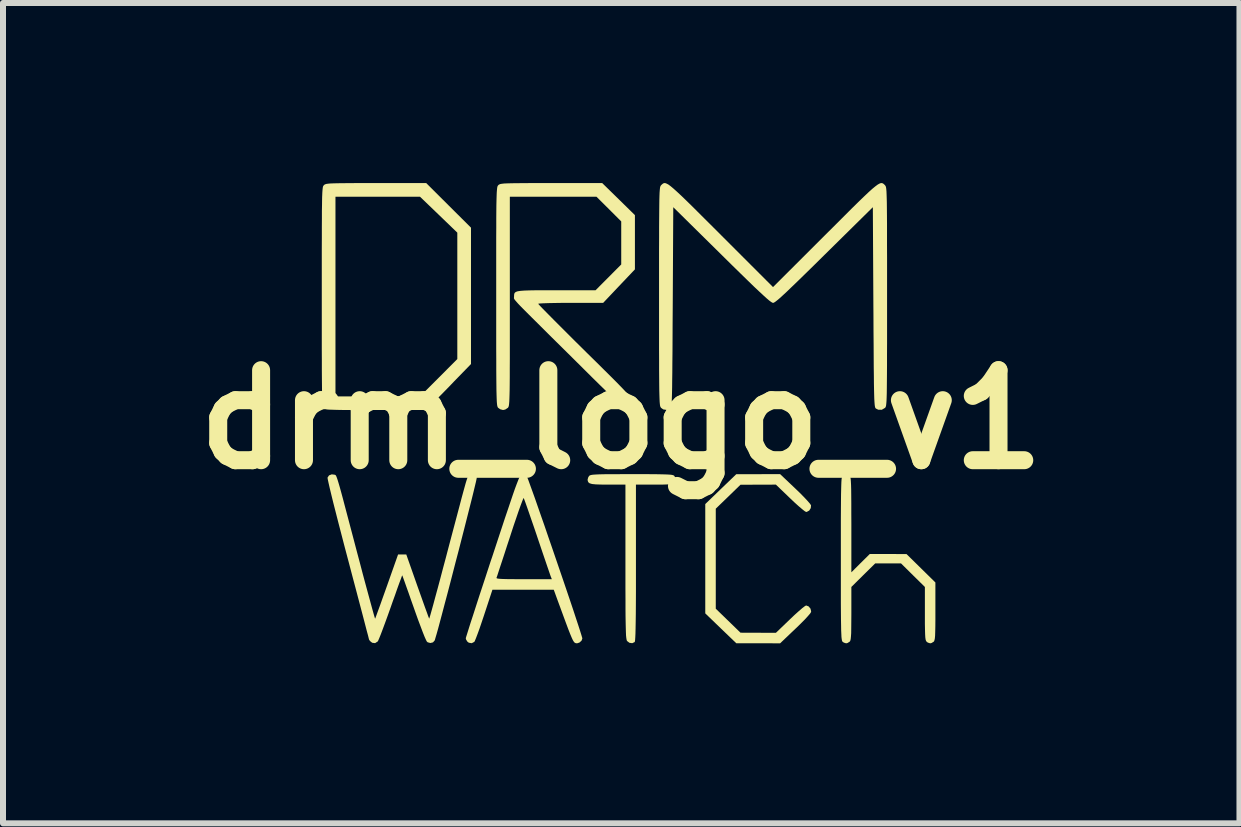
<source format=kicad_pcb>
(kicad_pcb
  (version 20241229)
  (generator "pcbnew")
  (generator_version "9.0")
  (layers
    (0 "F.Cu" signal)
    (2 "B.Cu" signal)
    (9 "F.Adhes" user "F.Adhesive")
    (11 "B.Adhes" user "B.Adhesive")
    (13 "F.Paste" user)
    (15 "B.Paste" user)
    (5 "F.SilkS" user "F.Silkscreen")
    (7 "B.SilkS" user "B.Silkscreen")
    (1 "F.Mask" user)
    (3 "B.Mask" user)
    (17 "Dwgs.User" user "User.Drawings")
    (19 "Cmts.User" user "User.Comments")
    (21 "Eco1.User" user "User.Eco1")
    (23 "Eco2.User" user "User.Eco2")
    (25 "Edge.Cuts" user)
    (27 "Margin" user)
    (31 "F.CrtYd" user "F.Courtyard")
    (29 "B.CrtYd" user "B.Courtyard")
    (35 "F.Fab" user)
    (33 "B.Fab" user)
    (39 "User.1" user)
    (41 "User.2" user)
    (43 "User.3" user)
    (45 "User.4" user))
  (footprint "drm_logo_v1"
    (layer "F.Cu")
    (at 7.3 3.939)
    (property "Reference" "drm_logo_v1" (at 0 0 0) (layer "F.SilkS") (effects (font (size 1.5 1.5) (thickness 0.3))))
    (attr board_only exclude_from_pos_files exclude_from_bom)
    (fp_poly (pts (xy 2.899 1.149) (xy 2.978 1.225) (xy 3.047 1.295) (xy 3.104 1.356) (xy 3.143 1.401) (xy 3.162 1.429) (xy 3.162 1.43) (xy 3.158 1.476) (xy 3.132 1.517) (xy 3.092 1.539) (xy 3.08 1.54) (xy 3.059 1.529) (xy 3.017 1.496) (xy 2.959 1.447) (xy 2.889 1.384) (xy 2.814 1.313) (xy 2.577 1.085) (xy 2.282 1.086) (xy 1.987 1.087) (xy 1.781 1.287) (xy 1.575 1.486) (xy 1.575 2.319) (xy 1.575 3.152) (xy 1.781 3.352) (xy 1.987 3.552) (xy 2.282 3.553) (xy 2.577 3.554) (xy 2.814 3.326) (xy 2.89 3.254) (xy 2.959 3.192) (xy 3.017 3.142) (xy 3.059 3.11) (xy 3.08 3.098) (xy 3.122 3.114) (xy 3.153 3.151) (xy 3.164 3.197) (xy 3.162 3.209) (xy 3.147 3.233) (xy 3.109 3.277) (xy 3.055 3.336) (xy 2.986 3.405) (xy 2.909 3.48) (xy 2.899 3.489) (xy 2.647 3.729) (xy 2.282 3.728) (xy 1.917 3.728) (xy 1.658 3.479) (xy 1.4 3.23) (xy 1.4 2.319) (xy 1.4 1.409) (xy 1.658 1.16) (xy 1.917 0.911) (xy 2.282 0.911) (xy 2.647 0.91)) (stroke (width 0) (type solid)) (fill yes) (layer "F.SilkS"))
    (fp_poly (pts (xy 0.35 0.91) (xy 0.493 0.911) (xy 0.607 0.912) (xy 0.696 0.914) (xy 0.764 0.916) (xy 0.813 0.919) (xy 0.846 0.923) (xy 0.867 0.929) (xy 0.88 0.935) (xy 0.883 0.938) (xy 0.905 0.974) (xy 0.91 0.998) (xy 0.907 1.027) (xy 0.896 1.049) (xy 0.871 1.065) (xy 0.828 1.076) (xy 0.764 1.082) (xy 0.674 1.085) (xy 0.552 1.085) (xy 0.55 1.085) (xy 0.245 1.085) (xy 0.245 2.386) (xy 0.245 2.645) (xy 0.245 2.871) (xy 0.244 3.066) (xy 0.243 3.231) (xy 0.241 3.368) (xy 0.239 3.48) (xy 0.237 3.567) (xy 0.234 3.631) (xy 0.231 3.675) (xy 0.227 3.7) (xy 0.224 3.708) (xy 0.183 3.727) (xy 0.136 3.72) (xy 0.097 3.69) (xy 0.092 3.679) (xy 0.088 3.662) (xy 0.084 3.636) (xy 0.08 3.598) (xy 0.078 3.547) (xy 0.076 3.479) (xy 0.074 3.393) (xy 0.072 3.286) (xy 0.071 3.155) (xy 0.071 3) (xy 0.07 2.816) (xy 0.07 2.601) (xy 0.07 2.368) (xy 0.07 1.085) (xy -0.218 1.085) (xy -0.336 1.084) (xy -0.424 1.081) (xy -0.485 1.075) (xy -0.526 1.063) (xy -0.548 1.046) (xy -0.558 1.022) (xy -0.56 0.998) (xy -0.548 0.959) (xy -0.533 0.938) (xy -0.522 0.931) (xy -0.504 0.925) (xy -0.475 0.92) (xy -0.431 0.917) (xy -0.37 0.914) (xy -0.288 0.912) (xy -0.182 0.911) (xy -0.048 0.911) (xy 0.116 0.91) (xy 0.175 0.91)) (stroke (width 0) (type solid)) (fill yes) (layer "F.SilkS"))
    (fp_poly (pts (xy -2.876 -3.567) (xy -2.503 -3.196) (xy -2.503 -2.06) (xy -2.503 -0.924) (xy -2.786 -0.633) (xy -2.872 -0.543) (xy -2.957 -0.456) (xy -3.035 -0.377) (xy -3.1 -0.311) (xy -3.147 -0.262) (xy -3.16 -0.249) (xy -3.253 -0.158) (xy -4.086 -0.158) (xy -4.278 -0.158) (xy -4.439 -0.158) (xy -4.57 -0.158) (xy -4.676 -0.159) (xy -4.759 -0.161) (xy -4.822 -0.163) (xy -4.868 -0.166) (xy -4.901 -0.169) (xy -4.924 -0.174) (xy -4.938 -0.18) (xy -4.949 -0.188) (xy -4.954 -0.193) (xy -4.96 -0.199) (xy -4.965 -0.207) (xy -4.969 -0.219) (xy -4.973 -0.236) (xy -4.976 -0.262) (xy -4.979 -0.297) (xy -4.981 -0.344) (xy -4.983 -0.406) (xy -4.985 -0.483) (xy -4.986 -0.578) (xy -4.987 -0.693) (xy -4.988 -0.831) (xy -4.988 -0.992) (xy -4.989 -1.179) (xy -4.989 -1.394) (xy -4.989 -1.64) (xy -4.989 -1.917) (xy -4.989 -2.048) (xy -4.989 -2.34) (xy -4.989 -2.599) (xy -4.989 -2.827) (xy -4.988 -3.027) (xy -4.988 -3.199) (xy -4.987 -3.346) (xy -4.987 -3.471) (xy -4.985 -3.574) (xy -4.984 -3.659) (xy -4.983 -3.711) (xy -4.761 -3.711) (xy -4.761 -2.048) (xy -4.761 -0.385) (xy -4.057 -0.385) (xy -3.352 -0.385) (xy -3.041 -0.696) (xy -2.731 -1.007) (xy -2.731 -2.06) (xy -2.731 -3.113) (xy -3.041 -3.412) (xy -3.352 -3.711) (xy -4.057 -3.711) (xy -4.761 -3.711) (xy -4.983 -3.711) (xy -4.982 -3.727) (xy -4.98 -3.78) (xy -4.977 -3.82) (xy -4.974 -3.85) (xy -4.971 -3.871) (xy -4.967 -3.885) (xy -4.962 -3.894) (xy -4.956 -3.901) (xy -4.954 -3.904) (xy -4.945 -3.912) (xy -4.933 -3.918) (xy -4.916 -3.924) (xy -4.89 -3.928) (xy -4.852 -3.932) (xy -4.799 -3.934) (xy -4.729 -3.936) (xy -4.637 -3.937) (xy -4.522 -3.938) (xy -4.379 -3.939) (xy -4.207 -3.939) (xy -4.084 -3.939) (xy -3.249 -3.939)) (stroke (width 0) (type solid)) (fill yes) (layer "F.SilkS"))
    (fp_poly (pts (xy 3.785 0.922) (xy 3.806 0.938) (xy 3.813 0.948) (xy 3.818 0.965) (xy 3.823 0.993) (xy 3.826 1.034) (xy 3.829 1.091) (xy 3.831 1.168) (xy 3.832 1.268) (xy 3.833 1.393) (xy 3.833 1.547) (xy 3.834 1.733) (xy 3.834 1.756) (xy 3.834 2.546) (xy 3.987 2.393) (xy 4.141 2.241) (xy 4.447 2.241) (xy 4.753 2.242) (xy 4.993 2.478) (xy 5.234 2.715) (xy 5.234 3.195) (xy 5.234 3.339) (xy 5.233 3.453) (xy 5.231 3.54) (xy 5.229 3.603) (xy 5.225 3.647) (xy 5.219 3.676) (xy 5.212 3.694) (xy 5.207 3.701) (xy 5.17 3.724) (xy 5.147 3.729) (xy 5.108 3.717) (xy 5.087 3.701) (xy 5.078 3.688) (xy 5.071 3.666) (xy 5.066 3.631) (xy 5.063 3.579) (xy 5.061 3.505) (xy 5.059 3.406) (xy 5.059 3.277) (xy 5.059 3.232) (xy 5.059 2.79) (xy 4.86 2.594) (xy 4.662 2.398) (xy 4.446 2.398) (xy 4.231 2.398) (xy 4.032 2.594) (xy 3.834 2.79) (xy 3.834 3.232) (xy 3.833 3.371) (xy 3.832 3.478) (xy 3.831 3.559) (xy 3.827 3.618) (xy 3.823 3.657) (xy 3.817 3.683) (xy 3.809 3.698) (xy 3.806 3.701) (xy 3.77 3.724) (xy 3.746 3.729) (xy 3.708 3.717) (xy 3.686 3.701) (xy 3.681 3.693) (xy 3.677 3.679) (xy 3.673 3.656) (xy 3.669 3.622) (xy 3.667 3.574) (xy 3.664 3.511) (xy 3.663 3.431) (xy 3.661 3.33) (xy 3.66 3.206) (xy 3.659 3.058) (xy 3.659 2.882) (xy 3.659 2.678) (xy 3.659 2.441) (xy 3.659 2.319) (xy 3.659 2.068) (xy 3.659 1.848) (xy 3.659 1.66) (xy 3.66 1.499) (xy 3.661 1.364) (xy 3.662 1.253) (xy 3.664 1.163) (xy 3.666 1.092) (xy 3.668 1.037) (xy 3.671 0.997) (xy 3.675 0.97) (xy 3.679 0.951) (xy 3.684 0.941) (xy 3.686 0.938) (xy 3.723 0.915) (xy 3.746 0.91)) (stroke (width 0) (type solid)) (fill yes) (layer "F.SilkS"))
    (fp_poly (pts (xy -1.584 0.93) (xy -1.577 0.937) (xy -1.568 0.958) (xy -1.548 1.008) (xy -1.52 1.086) (xy -1.483 1.188) (xy -1.439 1.31) (xy -1.39 1.451) (xy -1.336 1.606) (xy -1.277 1.774) (xy -1.217 1.95) (xy -1.154 2.132) (xy -1.091 2.316) (xy -1.028 2.5) (xy -0.966 2.681) (xy -0.907 2.855) (xy -0.851 3.02) (xy -0.8 3.172) (xy -0.755 3.309) (xy -0.716 3.427) (xy -0.685 3.523) (xy -0.663 3.594) (xy -0.65 3.638) (xy -0.648 3.65) (xy -0.662 3.686) (xy -0.696 3.716) (xy -0.732 3.728) (xy -0.748 3.728) (xy -0.762 3.725) (xy -0.776 3.718) (xy -0.79 3.702) (xy -0.806 3.676) (xy -0.825 3.635) (xy -0.849 3.578) (xy -0.879 3.502) (xy -0.916 3.403) (xy -0.962 3.279) (xy -1.018 3.126) (xy -1.059 3.015) (xy -1.124 2.836) (xy -1.635 2.836) (xy -2.146 2.836) (xy -2.285 3.259) (xy -2.324 3.375) (xy -2.36 3.481) (xy -2.393 3.572) (xy -2.42 3.643) (xy -2.439 3.689) (xy -2.448 3.705) (xy -2.491 3.727) (xy -2.539 3.719) (xy -2.563 3.701) (xy -2.585 3.666) (xy -2.59 3.644) (xy -2.584 3.623) (xy -2.568 3.572) (xy -2.543 3.492) (xy -2.51 3.387) (xy -2.468 3.259) (xy -2.42 3.11) (xy -2.366 2.943) (xy -2.306 2.761) (xy -2.265 2.637) (xy -2.078 2.637) (xy -2.076 2.644) (xy -2.061 2.65) (xy -2.029 2.654) (xy -1.978 2.657) (xy -1.904 2.659) (xy -1.802 2.66) (xy -1.67 2.661) (xy -1.622 2.661) (xy -1.156 2.661) (xy -1.175 2.613) (xy -1.185 2.585) (xy -1.204 2.529) (xy -1.232 2.448) (xy -1.267 2.345) (xy -1.308 2.225) (xy -1.353 2.092) (xy -1.401 1.95) (xy -1.403 1.943) (xy -1.451 1.802) (xy -1.496 1.672) (xy -1.536 1.556) (xy -1.57 1.458) (xy -1.597 1.382) (xy -1.616 1.331) (xy -1.625 1.309) (xy -1.626 1.308) (xy -1.634 1.322) (xy -1.651 1.365) (xy -1.677 1.434) (xy -1.71 1.526) (xy -1.748 1.638) (xy -1.792 1.766) (xy -1.838 1.907) (xy -1.853 1.954) (xy -1.901 2.099) (xy -1.945 2.235) (xy -1.985 2.357) (xy -2.02 2.462) (xy -2.047 2.545) (xy -2.066 2.604) (xy -2.077 2.634) (xy -2.078 2.637) (xy -2.265 2.637) (xy -2.242 2.566) (xy -2.175 2.361) (xy -2.146 2.276) (xy -2.066 2.033) (xy -1.996 1.821) (xy -1.936 1.639) (xy -1.883 1.483) (xy -1.839 1.352) (xy -1.802 1.243) (xy -1.771 1.154) (xy -1.745 1.084) (xy -1.724 1.03) (xy -1.708 0.989) (xy -1.694 0.961) (xy -1.682 0.941) (xy -1.672 0.929) (xy -1.663 0.923) (xy -1.657 0.92) (xy -1.616 0.913)) (stroke (width 0) (type solid)) (fill yes) (layer "F.SilkS"))
    (fp_poly (pts (xy -4.779 0.919) (xy -4.772 0.921) (xy -4.765 0.923) (xy -4.759 0.927) (xy -4.753 0.935) (xy -4.745 0.951) (xy -4.736 0.975) (xy -4.724 1.011) (xy -4.709 1.06) (xy -4.69 1.125) (xy -4.667 1.208) (xy -4.639 1.311) (xy -4.606 1.437) (xy -4.566 1.588) (xy -4.519 1.766) (xy -4.464 1.974) (xy -4.402 2.21) (xy -4.351 2.401) (xy -4.304 2.581) (xy -4.259 2.748) (xy -4.218 2.899) (xy -4.182 3.031) (xy -4.152 3.141) (xy -4.128 3.228) (xy -4.111 3.287) (xy -4.102 3.316) (xy -4.101 3.319) (xy -4.093 3.301) (xy -4.076 3.254) (xy -4.05 3.183) (xy -4.016 3.09) (xy -3.977 2.98) (xy -3.933 2.857) (xy -3.906 2.781) (xy -3.718 2.249) (xy -3.649 2.249) (xy -3.581 2.249) (xy -3.394 2.78) (xy -3.348 2.909) (xy -3.306 3.027) (xy -3.269 3.131) (xy -3.238 3.215) (xy -3.216 3.277) (xy -3.202 3.312) (xy -3.199 3.318) (xy -3.194 3.303) (xy -3.18 3.257) (xy -3.159 3.182) (xy -3.131 3.082) (xy -3.098 2.959) (xy -3.059 2.816) (xy -3.016 2.656) (xy -2.97 2.481) (xy -2.92 2.295) (xy -2.898 2.21) (xy -2.835 1.971) (xy -2.78 1.764) (xy -2.733 1.587) (xy -2.693 1.436) (xy -2.66 1.31) (xy -2.632 1.207) (xy -2.609 1.124) (xy -2.591 1.059) (xy -2.576 1.01) (xy -2.564 0.975) (xy -2.555 0.95) (xy -2.547 0.935) (xy -2.54 0.927) (xy -2.534 0.922) (xy -2.528 0.921) (xy -2.52 0.919) (xy -2.467 0.915) (xy -2.425 0.937) (xy -2.406 0.968) (xy -2.41 0.989) (xy -2.421 1.04) (xy -2.44 1.119) (xy -2.465 1.223) (xy -2.496 1.348) (xy -2.532 1.49) (xy -2.572 1.648) (xy -2.615 1.818) (xy -2.661 1.997) (xy -2.708 2.181) (xy -2.757 2.367) (xy -2.805 2.553) (xy -2.852 2.735) (xy -2.898 2.91) (xy -2.942 3.075) (xy -2.982 3.227) (xy -3.018 3.362) (xy -3.049 3.478) (xy -3.075 3.571) (xy -3.095 3.638) (xy -3.106 3.677) (xy -3.108 3.681) (xy -3.136 3.713) (xy -3.18 3.724) (xy -3.224 3.712) (xy -3.238 3.7) (xy -3.251 3.676) (xy -3.275 3.623) (xy -3.306 3.545) (xy -3.343 3.447) (xy -3.386 3.333) (xy -3.431 3.207) (xy -3.457 3.133) (xy -3.503 3.004) (xy -3.544 2.886) (xy -3.581 2.783) (xy -3.611 2.698) (xy -3.633 2.637) (xy -3.646 2.602) (xy -3.648 2.596) (xy -3.655 2.61) (xy -3.671 2.655) (xy -3.697 2.724) (xy -3.73 2.815) (xy -3.768 2.924) (xy -3.812 3.046) (xy -3.841 3.129) (xy -3.888 3.261) (xy -3.932 3.382) (xy -3.972 3.49) (xy -4.006 3.58) (xy -4.033 3.647) (xy -4.051 3.688) (xy -4.057 3.698) (xy -4.101 3.726) (xy -4.148 3.72) (xy -4.174 3.701) (xy -4.196 3.677) (xy -4.201 3.667) (xy -4.206 3.649) (xy -4.218 3.6) (xy -4.239 3.523) (xy -4.266 3.419) (xy -4.299 3.292) (xy -4.338 3.144) (xy -4.382 2.977) (xy -4.43 2.795) (xy -4.482 2.599) (xy -4.536 2.393) (xy -4.552 2.333) (xy -4.61 2.114) (xy -4.664 1.906) (xy -4.714 1.713) (xy -4.759 1.537) (xy -4.799 1.38) (xy -4.832 1.245) (xy -4.859 1.133) (xy -4.878 1.049) (xy -4.89 0.993) (xy -4.893 0.969) (xy -4.893 0.968) (xy -4.868 0.931) (xy -4.823 0.914)) (stroke (width 0) (type solid)) (fill yes) (layer "F.SilkS"))
    (fp_poly (pts (xy -0.044 -3.672) (xy 0.228 -3.405) (xy 0.228 -2.953) (xy 0.228 -2.501) (xy -0.037 -2.222) (xy -0.301 -1.943) (xy -0.842 -1.943) (xy -0.983 -1.943) (xy -1.108 -1.941) (xy -1.214 -1.939) (xy -1.298 -1.936) (xy -1.355 -1.933) (xy -1.381 -1.929) (xy -1.383 -1.927) (xy -1.371 -1.913) (xy -1.336 -1.875) (xy -1.28 -1.818) (xy -1.205 -1.742) (xy -1.114 -1.65) (xy -1.008 -1.544) (xy -0.89 -1.426) (xy -0.762 -1.298) (xy -0.625 -1.163) (xy -0.578 -1.116) (xy -0.411 -0.952) (xy -0.268 -0.81) (xy -0.147 -0.69) (xy -0.046 -0.588) (xy 0.036 -0.503) (xy 0.101 -0.434) (xy 0.151 -0.378) (xy 0.187 -0.333) (xy 0.211 -0.298) (xy 0.224 -0.271) (xy 0.228 -0.249) (xy 0.224 -0.231) (xy 0.214 -0.215) (xy 0.2 -0.2) (xy 0.193 -0.193) (xy 0.177 -0.177) (xy 0.162 -0.166) (xy 0.146 -0.159) (xy 0.128 -0.159) (xy 0.104 -0.166) (xy 0.074 -0.183) (xy 0.035 -0.211) (xy -0.014 -0.251) (xy -0.075 -0.306) (xy -0.149 -0.375) (xy -0.24 -0.462) (xy -0.348 -0.567) (xy -0.475 -0.692) (xy -0.623 -0.839) (xy -0.794 -1.009) (xy -0.812 -1.027) (xy -0.991 -1.204) (xy -1.147 -1.358) (xy -1.281 -1.491) (xy -1.395 -1.605) (xy -1.491 -1.7) (xy -1.57 -1.779) (xy -1.634 -1.843) (xy -1.684 -1.894) (xy -1.722 -1.934) (xy -1.749 -1.965) (xy -1.768 -1.987) (xy -1.78 -2.003) (xy -1.786 -2.015) (xy -1.788 -2.024) (xy -1.787 -2.031) (xy -1.786 -2.039) (xy -1.786 -2.047) (xy -1.785 -2.073) (xy -1.782 -2.095) (xy -1.773 -2.112) (xy -1.755 -2.126) (xy -1.725 -2.136) (xy -1.679 -2.143) (xy -1.615 -2.148) (xy -1.529 -2.151) (xy -1.418 -2.153) (xy -1.279 -2.153) (xy -1.108 -2.153) (xy -1.079 -2.153) (xy -0.428 -2.153) (xy -0.214 -2.368) (xy 0 -2.583) (xy 0 -2.941) (xy 0 -3.3) (xy -0.206 -3.506) (xy -0.412 -3.711) (xy -1.134 -3.711) (xy -1.856 -3.711) (xy -1.856 -1.969) (xy -1.856 -1.684) (xy -1.856 -1.432) (xy -1.856 -1.21) (xy -1.856 -1.017) (xy -1.857 -0.851) (xy -1.857 -0.71) (xy -1.858 -0.591) (xy -1.859 -0.493) (xy -1.861 -0.413) (xy -1.863 -0.35) (xy -1.865 -0.301) (xy -1.868 -0.265) (xy -1.871 -0.238) (xy -1.875 -0.22) (xy -1.88 -0.207) (xy -1.885 -0.199) (xy -1.89 -0.193) (xy -1.891 -0.193) (xy -1.932 -0.166) (xy -1.969 -0.158) (xy -2.015 -0.17) (xy -2.048 -0.193) (xy -2.054 -0.199) (xy -2.059 -0.207) (xy -2.063 -0.219) (xy -2.067 -0.236) (xy -2.07 -0.262) (xy -2.073 -0.297) (xy -2.075 -0.344) (xy -2.077 -0.406) (xy -2.079 -0.483) (xy -2.08 -0.578) (xy -2.081 -0.693) (xy -2.082 -0.831) (xy -2.082 -0.992) (xy -2.083 -1.179) (xy -2.083 -1.394) (xy -2.083 -1.64) (xy -2.083 -1.917) (xy -2.083 -2.048) (xy -2.083 -2.34) (xy -2.083 -2.599) (xy -2.083 -2.827) (xy -2.083 -3.027) (xy -2.082 -3.199) (xy -2.082 -3.346) (xy -2.081 -3.471) (xy -2.08 -3.574) (xy -2.078 -3.659) (xy -2.076 -3.727) (xy -2.074 -3.78) (xy -2.071 -3.82) (xy -2.068 -3.85) (xy -2.065 -3.871) (xy -2.061 -3.885) (xy -2.056 -3.894) (xy -2.051 -3.901) (xy -2.048 -3.904) (xy -2.039 -3.912) (xy -2.027 -3.918) (xy -2.01 -3.924) (xy -1.984 -3.928) (xy -1.947 -3.932) (xy -1.895 -3.934) (xy -1.825 -3.936) (xy -1.734 -3.937) (xy -1.619 -3.938) (xy -1.478 -3.939) (xy -1.307 -3.939) (xy -1.165 -3.939) (xy -0.317 -3.939)) (stroke (width 0) (type solid)) (fill yes) (layer "F.SilkS"))
    (fp_poly (pts (xy 0.754 -3.931) (xy 0.785 -3.915) (xy 0.823 -3.887) (xy 0.872 -3.846) (xy 0.932 -3.792) (xy 1.007 -3.722) (xy 1.097 -3.635) (xy 1.204 -3.53) (xy 1.33 -3.404) (xy 1.478 -3.257) (xy 1.648 -3.087) (xy 1.663 -3.072) (xy 2.529 -2.206) (xy 3.396 -3.072) (xy 3.569 -3.244) (xy 3.718 -3.393) (xy 3.846 -3.521) (xy 3.955 -3.628) (xy 4.046 -3.716) (xy 4.121 -3.787) (xy 4.183 -3.843) (xy 4.233 -3.884) (xy 4.272 -3.913) (xy 4.302 -3.93) (xy 4.327 -3.939) (xy 4.346 -3.938) (xy 4.362 -3.932) (xy 4.377 -3.92) (xy 4.393 -3.905) (xy 4.394 -3.904) (xy 4.399 -3.897) (xy 4.404 -3.889) (xy 4.409 -3.878) (xy 4.413 -3.86) (xy 4.416 -3.834) (xy 4.419 -3.799) (xy 4.421 -3.752) (xy 4.423 -3.69) (xy 4.425 -3.613) (xy 4.426 -3.518) (xy 4.427 -3.403) (xy 4.428 -3.266) (xy 4.428 -3.104) (xy 4.428 -2.917) (xy 4.429 -2.702) (xy 4.429 -2.456) (xy 4.429 -2.179) (xy 4.429 -2.048) (xy 4.429 -1.756) (xy 4.429 -1.497) (xy 4.429 -1.269) (xy 4.428 -1.07) (xy 4.428 -0.897) (xy 4.427 -0.75) (xy 4.426 -0.625) (xy 4.425 -0.522) (xy 4.424 -0.437) (xy 4.422 -0.369) (xy 4.42 -0.316) (xy 4.417 -0.276) (xy 4.414 -0.246) (xy 4.411 -0.225) (xy 4.406 -0.211) (xy 4.402 -0.202) (xy 4.396 -0.195) (xy 4.394 -0.193) (xy 4.341 -0.162) (xy 4.282 -0.163) (xy 4.244 -0.182) (xy 4.238 -0.187) (xy 4.233 -0.195) (xy 4.229 -0.207) (xy 4.225 -0.226) (xy 4.222 -0.253) (xy 4.219 -0.292) (xy 4.216 -0.344) (xy 4.214 -0.41) (xy 4.212 -0.494) (xy 4.21 -0.598) (xy 4.209 -0.723) (xy 4.207 -0.871) (xy 4.206 -1.045) (xy 4.205 -1.247) (xy 4.203 -1.478) (xy 4.202 -1.742) (xy 4.201 -1.872) (xy 4.192 -3.537) (xy 3.384 -2.74) (xy 3.217 -2.575) (xy 3.073 -2.434) (xy 2.95 -2.314) (xy 2.847 -2.215) (xy 2.762 -2.133) (xy 2.693 -2.069) (xy 2.638 -2.019) (xy 2.596 -1.984) (xy 2.565 -1.96) (xy 2.544 -1.947) (xy 2.53 -1.943) (xy 2.53 -1.943) (xy 2.516 -1.947) (xy 2.495 -1.96) (xy 2.464 -1.983) (xy 2.423 -2.018) (xy 2.369 -2.067) (xy 2.3 -2.131) (xy 2.215 -2.211) (xy 2.113 -2.31) (xy 1.991 -2.429) (xy 1.847 -2.57) (xy 1.681 -2.734) (xy 1.675 -2.74) (xy 0.867 -3.537) (xy 0.858 -1.872) (xy 0.856 -1.593) (xy 0.855 -1.347) (xy 0.854 -1.133) (xy 0.852 -0.946) (xy 0.851 -0.787) (xy 0.849 -0.651) (xy 0.848 -0.539) (xy 0.846 -0.446) (xy 0.844 -0.372) (xy 0.842 -0.314) (xy 0.839 -0.269) (xy 0.836 -0.237) (xy 0.832 -0.215) (xy 0.828 -0.2) (xy 0.823 -0.19) (xy 0.818 -0.184) (xy 0.815 -0.182) (xy 0.758 -0.159) (xy 0.7 -0.168) (xy 0.665 -0.193) (xy 0.66 -0.199) (xy 0.655 -0.207) (xy 0.65 -0.219) (xy 0.646 -0.236) (xy 0.643 -0.262) (xy 0.64 -0.297) (xy 0.638 -0.344) (xy 0.636 -0.406) (xy 0.634 -0.483) (xy 0.633 -0.578) (xy 0.632 -0.693) (xy 0.631 -0.831) (xy 0.631 -0.992) (xy 0.63 -1.179) (xy 0.63 -1.394) (xy 0.63 -1.64) (xy 0.63 -1.917) (xy 0.63 -2.048) (xy 0.63 -2.34) (xy 0.63 -2.599) (xy 0.63 -2.827) (xy 0.631 -3.027) (xy 0.631 -3.199) (xy 0.632 -3.346) (xy 0.633 -3.471) (xy 0.634 -3.574) (xy 0.635 -3.659) (xy 0.637 -3.727) (xy 0.639 -3.78) (xy 0.642 -3.82) (xy 0.645 -3.85) (xy 0.648 -3.871) (xy 0.653 -3.885) (xy 0.657 -3.894) (xy 0.663 -3.901) (xy 0.665 -3.904) (xy 0.681 -3.919) (xy 0.696 -3.931) (xy 0.712 -3.938) (xy 0.731 -3.939)) (stroke (width 0) (type solid)) (fill yes) (layer "F.SilkS")))
  (gr_rect
    (start -3 -3)
    (end 17.6 10.667)
    (stroke (width 0.1) (type default))
    (fill no)
    (layer "Edge.Cuts")))
</source>
